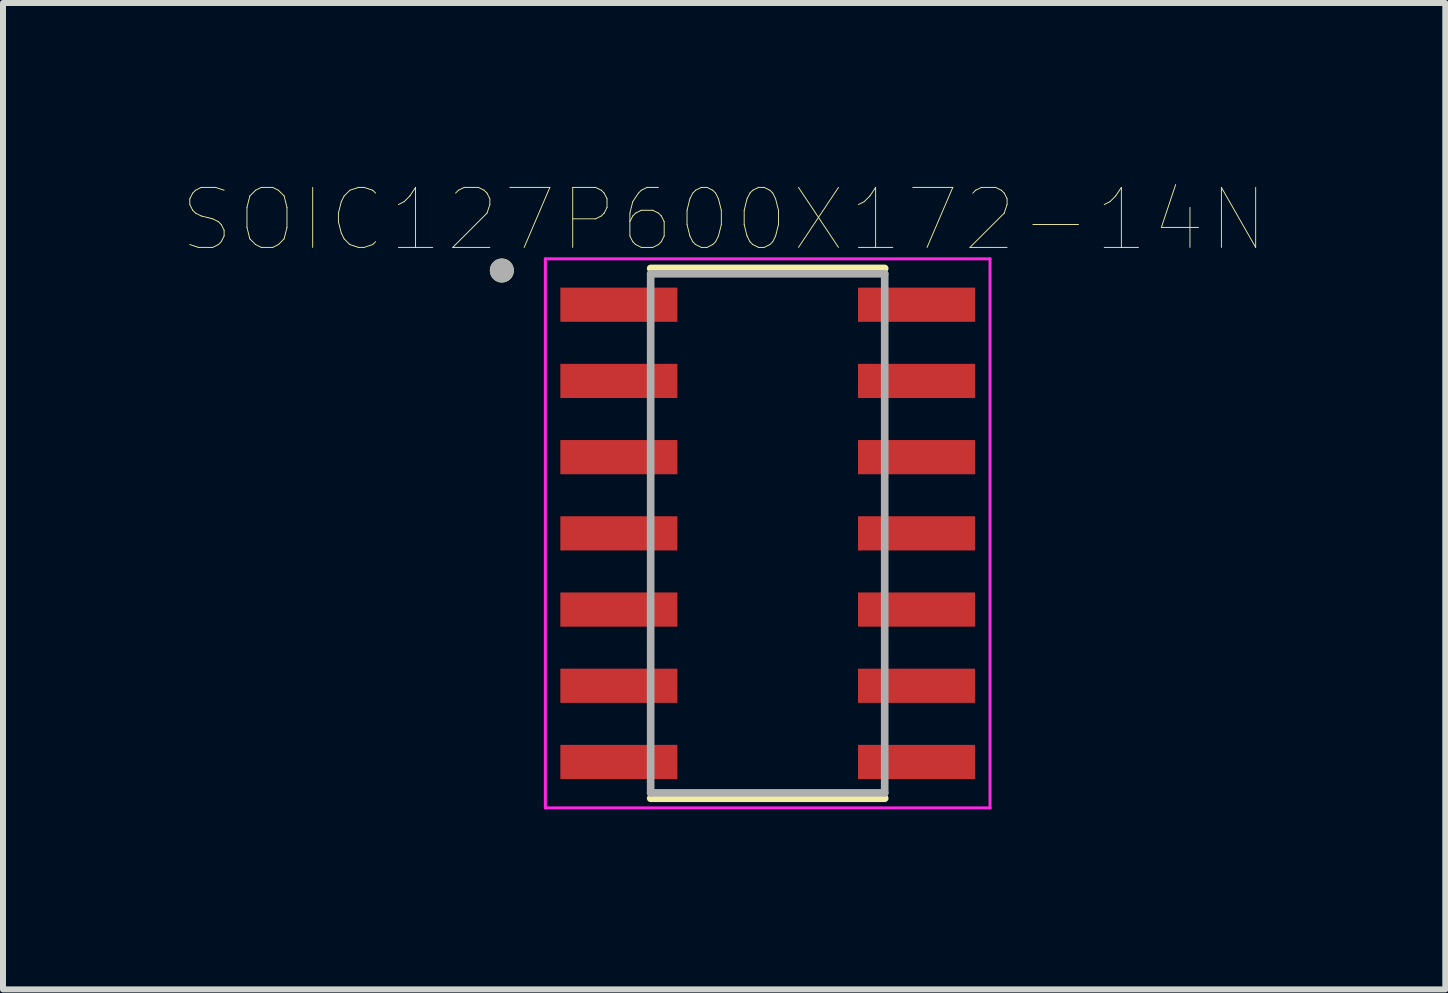
<source format=kicad_pcb>
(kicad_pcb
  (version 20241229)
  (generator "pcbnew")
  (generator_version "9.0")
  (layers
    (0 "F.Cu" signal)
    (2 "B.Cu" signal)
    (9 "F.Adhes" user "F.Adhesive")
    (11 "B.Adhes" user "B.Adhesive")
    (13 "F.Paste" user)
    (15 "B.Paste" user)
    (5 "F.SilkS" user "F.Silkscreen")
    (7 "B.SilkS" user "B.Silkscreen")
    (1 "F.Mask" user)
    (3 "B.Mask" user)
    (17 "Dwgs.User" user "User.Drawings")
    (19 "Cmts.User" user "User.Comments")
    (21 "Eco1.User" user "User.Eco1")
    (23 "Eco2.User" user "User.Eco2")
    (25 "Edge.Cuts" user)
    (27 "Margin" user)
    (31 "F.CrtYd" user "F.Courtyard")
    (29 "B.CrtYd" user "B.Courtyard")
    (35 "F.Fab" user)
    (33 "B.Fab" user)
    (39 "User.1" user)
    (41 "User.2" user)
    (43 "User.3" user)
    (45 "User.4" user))
  (footprint "SOIC127P600X172-14N"
    (layer "F.Cu")
    (at 9.743 5.838)
    (property "Reference" "SOIC127P600X172-14N" (at -0.725 -5.227 0) (layer "F.SilkS") (effects (font (size 1 1) (thickness 0.015))))
    (attr through_hole)
    (fp_line (start -1.95 -4.415) (end 1.95 -4.415) (stroke (width 0.127) (type solid)) (layer "F.SilkS"))
    (fp_line (start -1.95 4.415) (end 1.95 4.415) (stroke (width 0.127) (type solid)) (layer "F.SilkS"))
    (fp_circle (center -4.43 -4.38) (end -4.33 -4.38) (stroke (width 0.2) (type solid)) (fill no) (layer "F.SilkS"))
    (fp_line (start -3.705 -4.575) (end -3.705 4.575) (stroke (width 0.05) (type solid)) (layer "F.CrtYd"))
    (fp_line (start -3.705 -4.575) (end 3.705 -4.575) (stroke (width 0.05) (type solid)) (layer "F.CrtYd"))
    (fp_line (start -3.705 4.575) (end 3.705 4.575) (stroke (width 0.05) (type solid)) (layer "F.CrtYd"))
    (fp_line (start 3.705 -4.575) (end 3.705 4.575) (stroke (width 0.05) (type solid)) (layer "F.CrtYd"))
    (fp_line (start -1.95 -4.325) (end -1.95 4.325) (stroke (width 0.127) (type solid)) (layer "F.Fab"))
    (fp_line (start -1.95 -4.325) (end 1.95 -4.325) (stroke (width 0.127) (type solid)) (layer "F.Fab"))
    (fp_line (start -1.95 4.325) (end 1.95 4.325) (stroke (width 0.127) (type solid)) (layer "F.Fab"))
    (fp_line (start 1.95 -4.325) (end 1.95 4.325) (stroke (width 0.127) (type solid)) (layer "F.Fab"))
    (fp_circle (center -4.43 -4.38) (end -4.33 -4.38) (stroke (width 0.2) (type solid)) (fill no) (layer "F.Fab"))
    (pad "1" smd rect (at -2.48 -3.81) (size 1.95 0.57) (layers "F.Cu" "F.Mask" "F.Paste"))
    (pad "2" smd rect (at -2.48 -2.54) (size 1.95 0.57) (layers "F.Cu" "F.Mask" "F.Paste"))
    (pad "3" smd rect (at -2.48 -1.27) (size 1.95 0.57) (layers "F.Cu" "F.Mask" "F.Paste"))
    (pad "4" smd rect (at -2.48 0) (size 1.95 0.57) (layers "F.Cu" "F.Mask" "F.Paste"))
    (pad "5" smd rect (at -2.48 1.27) (size 1.95 0.57) (layers "F.Cu" "F.Mask" "F.Paste"))
    (pad "6" smd rect (at -2.48 2.54) (size 1.95 0.57) (layers "F.Cu" "F.Mask" "F.Paste"))
    (pad "7" smd rect (at -2.48 3.81) (size 1.95 0.57) (layers "F.Cu" "F.Mask" "F.Paste"))
    (pad "8" smd rect (at 2.48 3.81) (size 1.95 0.57) (layers "F.Cu" "F.Mask" "F.Paste"))
    (pad "9" smd rect (at 2.48 2.54) (size 1.95 0.57) (layers "F.Cu" "F.Mask" "F.Paste"))
    (pad "10" smd rect (at 2.48 1.27) (size 1.95 0.57) (layers "F.Cu" "F.Mask" "F.Paste"))
    (pad "11" smd rect (at 2.48 0) (size 1.95 0.57) (layers "F.Cu" "F.Mask" "F.Paste"))
    (pad "12" smd rect (at 2.48 -1.27) (size 1.95 0.57) (layers "F.Cu" "F.Mask" "F.Paste"))
    (pad "13" smd rect (at 2.48 -2.54) (size 1.95 0.57) (layers "F.Cu" "F.Mask" "F.Paste"))
    (pad "14" smd rect (at 2.48 -3.81) (size 1.95 0.57) (layers "F.Cu" "F.Mask" "F.Paste")))
  (gr_rect
    (start -3 -3)
    (end 21.035 13.438)
    (stroke (width 0.1) (type default))
    (fill no)
    (layer "Edge.Cuts")))
</source>
